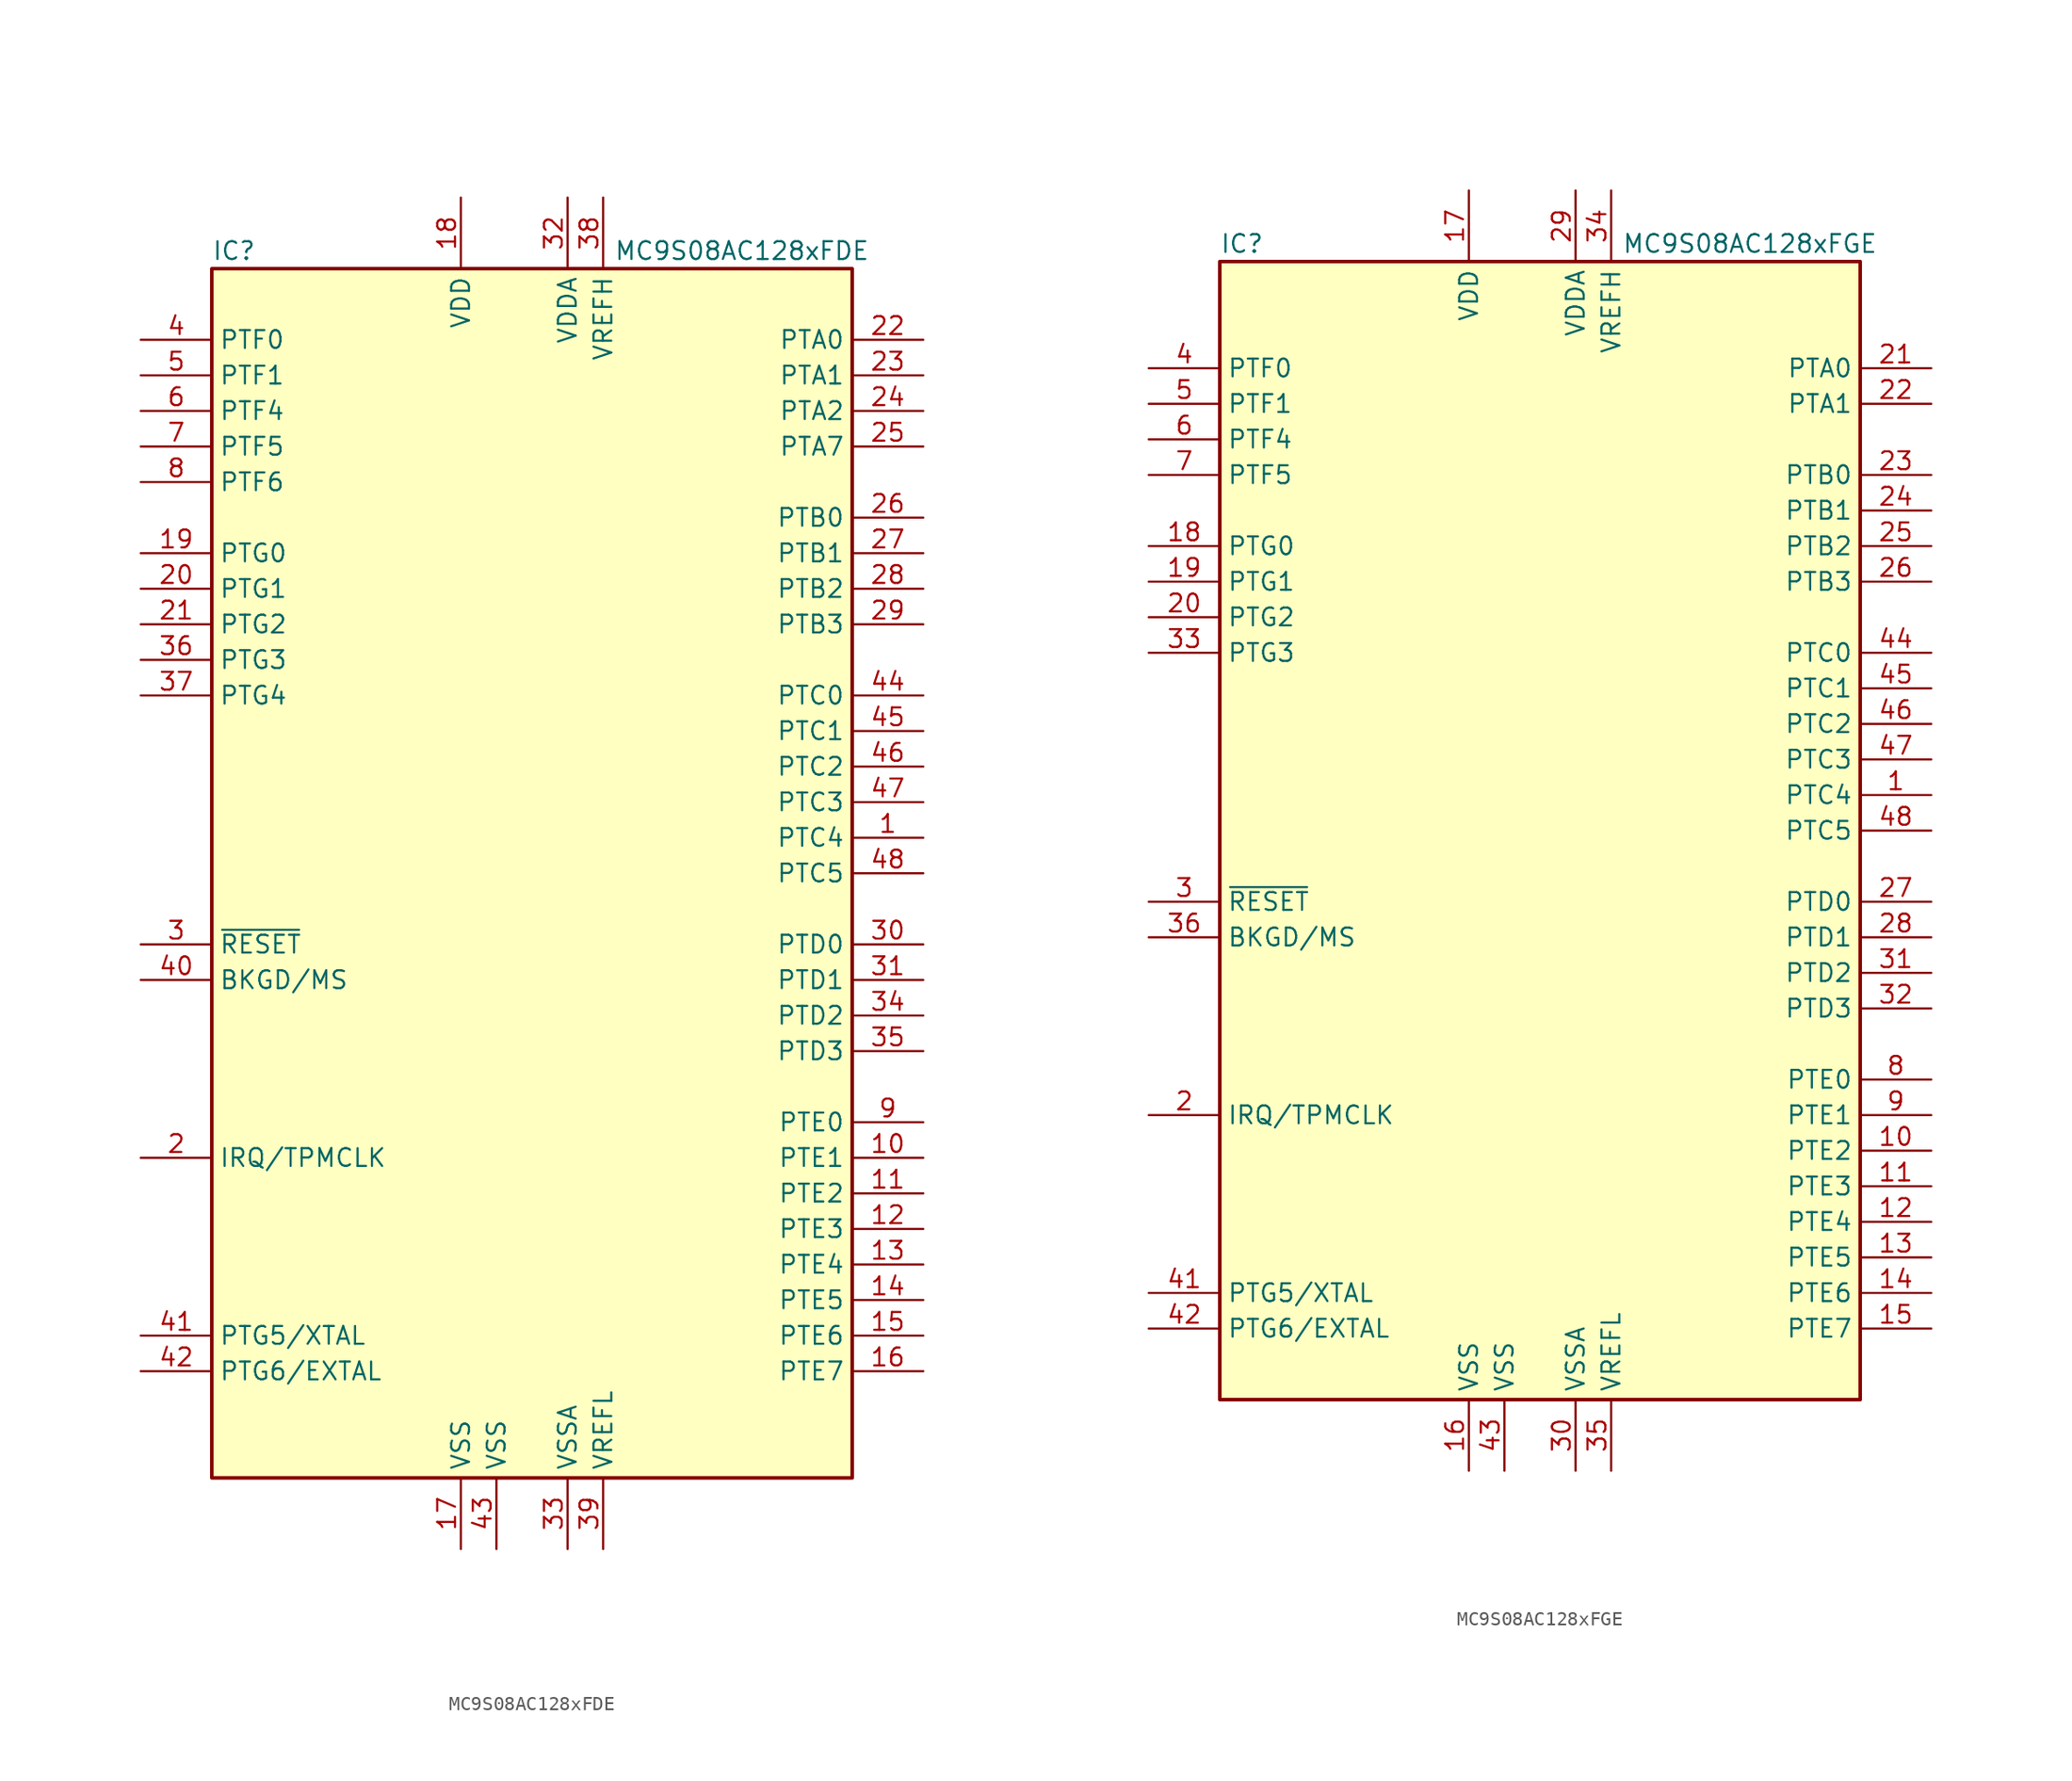
<source format=kicad_sym>
(kicad_symbol_lib
  (version 20211014)
  (generator kicad_symbol_editor)
  (symbol "MC9S08AC128xFDE"
    (property "Reference" "IC"
      (at -22.86 44.45 0)
      (effects (font (size 1.27 1.27)) (justify left)))
    (property "Value" "MC9S08AC128xFDE"
      (at 24.13 44.45 0)
      (effects (font (size 1.27 1.27)) (justify right)))
    (symbol "MC9S08AC128xFDE_0_1"
      (rectangle (start -22.86 43.18) (end 22.86 -43.18) (stroke (width 0.254) (type default) (color 0 0 0 0)) (fill (type background))))
    (symbol "MC9S08AC128xFDE_1_1"
      (pin bidirectional line (at 27.94 2.54 180) (length 5.08) (name "PTC4" (effects (font (size 1.27 1.27)))) (number "1" (effects (font (size 1.27 1.27)))))
      (pin bidirectional line (at 27.94 -20.32 180) (length 5.08) (name "PTE1" (effects (font (size 1.27 1.27)))) (number "10" (effects (font (size 1.27 1.27)))))
      (pin bidirectional line (at 27.94 -22.86 180) (length 5.08) (name "PTE2" (effects (font (size 1.27 1.27)))) (number "11" (effects (font (size 1.27 1.27)))))
      (pin bidirectional line (at 27.94 -25.4 180) (length 5.08) (name "PTE3" (effects (font (size 1.27 1.27)))) (number "12" (effects (font (size 1.27 1.27)))))
      (pin bidirectional line (at 27.94 -27.94 180) (length 5.08) (name "PTE4" (effects (font (size 1.27 1.27)))) (number "13" (effects (font (size 1.27 1.27)))))
      (pin bidirectional line (at 27.94 -30.48 180) (length 5.08) (name "PTE5" (effects (font (size 1.27 1.27)))) (number "14" (effects (font (size 1.27 1.27)))))
      (pin bidirectional line (at 27.94 -33.02 180) (length 5.08) (name "PTE6" (effects (font (size 1.27 1.27)))) (number "15" (effects (font (size 1.27 1.27)))))
      (pin bidirectional line (at 27.94 -35.56 180) (length 5.08) (name "PTE7" (effects (font (size 1.27 1.27)))) (number "16" (effects (font (size 1.27 1.27)))))
      (pin power_in line (at -5.08 -48.26 90) (length 5.08) (name "VSS" (effects (font (size 1.27 1.27)))) (number "17" (effects (font (size 1.27 1.27)))))
      (pin power_in line (at -5.08 48.26 270) (length 5.08) (name "VDD" (effects (font (size 1.27 1.27)))) (number "18" (effects (font (size 1.27 1.27)))))
      (pin bidirectional line (at -27.94 22.86 0) (length 5.08) (name "PTG0" (effects (font (size 1.27 1.27)))) (number "19" (effects (font (size 1.27 1.27)))))
      (pin input line (at -27.94 -20.32 0) (length 5.08) (name "IRQ/TPMCLK" (effects (font (size 1.27 1.27)))) (number "2" (effects (font (size 1.27 1.27)))))
      (pin bidirectional line (at -27.94 20.32 0) (length 5.08) (name "PTG1" (effects (font (size 1.27 1.27)))) (number "20" (effects (font (size 1.27 1.27)))))
      (pin bidirectional line (at -27.94 17.78 0) (length 5.08) (name "PTG2" (effects (font (size 1.27 1.27)))) (number "21" (effects (font (size 1.27 1.27)))))
      (pin bidirectional line (at 27.94 38.1 180) (length 5.08) (name "PTA0" (effects (font (size 1.27 1.27)))) (number "22" (effects (font (size 1.27 1.27)))))
      (pin bidirectional line (at 27.94 35.56 180) (length 5.08) (name "PTA1" (effects (font (size 1.27 1.27)))) (number "23" (effects (font (size 1.27 1.27)))))
      (pin bidirectional line (at 27.94 33.02 180) (length 5.08) (name "PTA2" (effects (font (size 1.27 1.27)))) (number "24" (effects (font (size 1.27 1.27)))))
      (pin bidirectional line (at 27.94 30.48 180) (length 5.08) (name "PTA7" (effects (font (size 1.27 1.27)))) (number "25" (effects (font (size 1.27 1.27)))))
      (pin bidirectional line (at 27.94 25.4 180) (length 5.08) (name "PTB0" (effects (font (size 1.27 1.27)))) (number "26" (effects (font (size 1.27 1.27)))))
      (pin bidirectional line (at 27.94 22.86 180) (length 5.08) (name "PTB1" (effects (font (size 1.27 1.27)))) (number "27" (effects (font (size 1.27 1.27)))))
      (pin bidirectional line (at 27.94 20.32 180) (length 5.08) (name "PTB2" (effects (font (size 1.27 1.27)))) (number "28" (effects (font (size 1.27 1.27)))))
      (pin bidirectional line (at 27.94 17.78 180) (length 5.08) (name "PTB3" (effects (font (size 1.27 1.27)))) (number "29" (effects (font (size 1.27 1.27)))))
      (pin input line (at -27.94 -5.08 0) (length 5.08) (name "~{RESET}" (effects (font (size 1.27 1.27)))) (number "3" (effects (font (size 1.27 1.27)))))
      (pin bidirectional line (at 27.94 -5.08 180) (length 5.08) (name "PTD0" (effects (font (size 1.27 1.27)))) (number "30" (effects (font (size 1.27 1.27)))))
      (pin bidirectional line (at 27.94 -7.62 180) (length 5.08) (name "PTD1" (effects (font (size 1.27 1.27)))) (number "31" (effects (font (size 1.27 1.27)))))
      (pin power_in line (at 2.54 48.26 270) (length 5.08) (name "VDDA" (effects (font (size 1.27 1.27)))) (number "32" (effects (font (size 1.27 1.27)))))
      (pin power_in line (at 2.54 -48.26 90) (length 5.08) (name "VSSA" (effects (font (size 1.27 1.27)))) (number "33" (effects (font (size 1.27 1.27)))))
      (pin bidirectional line (at 27.94 -10.16 180) (length 5.08) (name "PTD2" (effects (font (size 1.27 1.27)))) (number "34" (effects (font (size 1.27 1.27)))))
      (pin bidirectional line (at 27.94 -12.7 180) (length 5.08) (name "PTD3" (effects (font (size 1.27 1.27)))) (number "35" (effects (font (size 1.27 1.27)))))
      (pin bidirectional line (at -27.94 15.24 0) (length 5.08) (name "PTG3" (effects (font (size 1.27 1.27)))) (number "36" (effects (font (size 1.27 1.27)))))
      (pin bidirectional line (at -27.94 12.7 0) (length 5.08) (name "PTG4" (effects (font (size 1.27 1.27)))) (number "37" (effects (font (size 1.27 1.27)))))
      (pin power_in line (at 5.08 48.26 270) (length 5.08) (name "VREFH" (effects (font (size 1.27 1.27)))) (number "38" (effects (font (size 1.27 1.27)))))
      (pin power_in line (at 5.08 -48.26 90) (length 5.08) (name "VREFL" (effects (font (size 1.27 1.27)))) (number "39" (effects (font (size 1.27 1.27)))))
      (pin bidirectional line (at -27.94 38.1 0) (length 5.08) (name "PTF0" (effects (font (size 1.27 1.27)))) (number "4" (effects (font (size 1.27 1.27)))))
      (pin bidirectional line (at -27.94 -7.62 0) (length 5.08) (name "BKGD/MS" (effects (font (size 1.27 1.27)))) (number "40" (effects (font (size 1.27 1.27)))))
      (pin bidirectional line (at -27.94 -33.02 0) (length 5.08) (name "PTG5/XTAL" (effects (font (size 1.27 1.27)))) (number "41" (effects (font (size 1.27 1.27)))))
      (pin bidirectional line (at -27.94 -35.56 0) (length 5.08) (name "PTG6/EXTAL" (effects (font (size 1.27 1.27)))) (number "42" (effects (font (size 1.27 1.27)))))
      (pin power_in line (at -2.54 -48.26 90) (length 5.08) (name "VSS" (effects (font (size 1.27 1.27)))) (number "43" (effects (font (size 1.27 1.27)))))
      (pin bidirectional line (at 27.94 12.7 180) (length 5.08) (name "PTC0" (effects (font (size 1.27 1.27)))) (number "44" (effects (font (size 1.27 1.27)))))
      (pin bidirectional line (at 27.94 10.16 180) (length 5.08) (name "PTC1" (effects (font (size 1.27 1.27)))) (number "45" (effects (font (size 1.27 1.27)))))
      (pin bidirectional line (at 27.94 7.62 180) (length 5.08) (name "PTC2" (effects (font (size 1.27 1.27)))) (number "46" (effects (font (size 1.27 1.27)))))
      (pin bidirectional line (at 27.94 5.08 180) (length 5.08) (name "PTC3" (effects (font (size 1.27 1.27)))) (number "47" (effects (font (size 1.27 1.27)))))
      (pin bidirectional line (at 27.94 0 180) (length 5.08) (name "PTC5" (effects (font (size 1.27 1.27)))) (number "48" (effects (font (size 1.27 1.27)))))
      (pin bidirectional line (at -27.94 35.56 0) (length 5.08) (name "PTF1" (effects (font (size 1.27 1.27)))) (number "5" (effects (font (size 1.27 1.27)))))
      (pin bidirectional line (at -27.94 33.02 0) (length 5.08) (name "PTF4" (effects (font (size 1.27 1.27)))) (number "6" (effects (font (size 1.27 1.27)))))
      (pin bidirectional line (at -27.94 30.48 0) (length 5.08) (name "PTF5" (effects (font (size 1.27 1.27)))) (number "7" (effects (font (size 1.27 1.27)))))
      (pin bidirectional line (at -27.94 27.94 0) (length 5.08) (name "PTF6" (effects (font (size 1.27 1.27)))) (number "8" (effects (font (size 1.27 1.27)))))
      (pin bidirectional line (at 27.94 -17.78 180) (length 5.08) (name "PTE0" (effects (font (size 1.27 1.27)))) (number "9" (effects (font (size 1.27 1.27)))))))
  (symbol "MC9S08AC128xFGE"
    (property "Reference" "IC"
      (at -22.86 41.91 0)
      (effects (font (size 1.27 1.27)) (justify left)))
    (property "Value" "MC9S08AC128xFGE"
      (at 24.13 41.91 0)
      (effects (font (size 1.27 1.27)) (justify right)))
    (symbol "MC9S08AC128xFGE_0_1"
      (rectangle (start -22.86 40.64) (end 22.86 -40.64) (stroke (width 0.254) (type default) (color 0 0 0 0)) (fill (type background))))
    (symbol "MC9S08AC128xFGE_1_1"
      (pin bidirectional line (at 27.94 2.54 180) (length 5.08) (name "PTC4" (effects (font (size 1.27 1.27)))) (number "1" (effects (font (size 1.27 1.27)))))
      (pin bidirectional line (at 27.94 -22.86 180) (length 5.08) (name "PTE2" (effects (font (size 1.27 1.27)))) (number "10" (effects (font (size 1.27 1.27)))))
      (pin bidirectional line (at 27.94 -25.4 180) (length 5.08) (name "PTE3" (effects (font (size 1.27 1.27)))) (number "11" (effects (font (size 1.27 1.27)))))
      (pin bidirectional line (at 27.94 -27.94 180) (length 5.08) (name "PTE4" (effects (font (size 1.27 1.27)))) (number "12" (effects (font (size 1.27 1.27)))))
      (pin bidirectional line (at 27.94 -30.48 180) (length 5.08) (name "PTE5" (effects (font (size 1.27 1.27)))) (number "13" (effects (font (size 1.27 1.27)))))
      (pin bidirectional line (at 27.94 -33.02 180) (length 5.08) (name "PTE6" (effects (font (size 1.27 1.27)))) (number "14" (effects (font (size 1.27 1.27)))))
      (pin bidirectional line (at 27.94 -35.56 180) (length 5.08) (name "PTE7" (effects (font (size 1.27 1.27)))) (number "15" (effects (font (size 1.27 1.27)))))
      (pin power_in line (at -5.08 -45.72 90) (length 5.08) (name "VSS" (effects (font (size 1.27 1.27)))) (number "16" (effects (font (size 1.27 1.27)))))
      (pin power_in line (at -5.08 45.72 270) (length 5.08) (name "VDD" (effects (font (size 1.27 1.27)))) (number "17" (effects (font (size 1.27 1.27)))))
      (pin bidirectional line (at -27.94 20.32 0) (length 5.08) (name "PTG0" (effects (font (size 1.27 1.27)))) (number "18" (effects (font (size 1.27 1.27)))))
      (pin bidirectional line (at -27.94 17.78 0) (length 5.08) (name "PTG1" (effects (font (size 1.27 1.27)))) (number "19" (effects (font (size 1.27 1.27)))))
      (pin input line (at -27.94 -20.32 0) (length 5.08) (name "IRQ/TPMCLK" (effects (font (size 1.27 1.27)))) (number "2" (effects (font (size 1.27 1.27)))))
      (pin bidirectional line (at -27.94 15.24 0) (length 5.08) (name "PTG2" (effects (font (size 1.27 1.27)))) (number "20" (effects (font (size 1.27 1.27)))))
      (pin bidirectional line (at 27.94 33.02 180) (length 5.08) (name "PTA0" (effects (font (size 1.27 1.27)))) (number "21" (effects (font (size 1.27 1.27)))))
      (pin bidirectional line (at 27.94 30.48 180) (length 5.08) (name "PTA1" (effects (font (size 1.27 1.27)))) (number "22" (effects (font (size 1.27 1.27)))))
      (pin bidirectional line (at 27.94 25.4 180) (length 5.08) (name "PTB0" (effects (font (size 1.27 1.27)))) (number "23" (effects (font (size 1.27 1.27)))))
      (pin bidirectional line (at 27.94 22.86 180) (length 5.08) (name "PTB1" (effects (font (size 1.27 1.27)))) (number "24" (effects (font (size 1.27 1.27)))))
      (pin bidirectional line (at 27.94 20.32 180) (length 5.08) (name "PTB2" (effects (font (size 1.27 1.27)))) (number "25" (effects (font (size 1.27 1.27)))))
      (pin bidirectional line (at 27.94 17.78 180) (length 5.08) (name "PTB3" (effects (font (size 1.27 1.27)))) (number "26" (effects (font (size 1.27 1.27)))))
      (pin bidirectional line (at 27.94 -5.08 180) (length 5.08) (name "PTD0" (effects (font (size 1.27 1.27)))) (number "27" (effects (font (size 1.27 1.27)))))
      (pin bidirectional line (at 27.94 -7.62 180) (length 5.08) (name "PTD1" (effects (font (size 1.27 1.27)))) (number "28" (effects (font (size 1.27 1.27)))))
      (pin power_in line (at 2.54 45.72 270) (length 5.08) (name "VDDA" (effects (font (size 1.27 1.27)))) (number "29" (effects (font (size 1.27 1.27)))))
      (pin input line (at -27.94 -5.08 0) (length 5.08) (name "~{RESET}" (effects (font (size 1.27 1.27)))) (number "3" (effects (font (size 1.27 1.27)))))
      (pin power_in line (at 2.54 -45.72 90) (length 5.08) (name "VSSA" (effects (font (size 1.27 1.27)))) (number "30" (effects (font (size 1.27 1.27)))))
      (pin bidirectional line (at 27.94 -10.16 180) (length 5.08) (name "PTD2" (effects (font (size 1.27 1.27)))) (number "31" (effects (font (size 1.27 1.27)))))
      (pin bidirectional line (at 27.94 -12.7 180) (length 5.08) (name "PTD3" (effects (font (size 1.27 1.27)))) (number "32" (effects (font (size 1.27 1.27)))))
      (pin bidirectional line (at -27.94 12.7 0) (length 5.08) (name "PTG3" (effects (font (size 1.27 1.27)))) (number "33" (effects (font (size 1.27 1.27)))))
      (pin power_in line (at 5.08 45.72 270) (length 5.08) (name "VREFH" (effects (font (size 1.27 1.27)))) (number "34" (effects (font (size 1.27 1.27)))))
      (pin power_in line (at 5.08 -45.72 90) (length 5.08) (name "VREFL" (effects (font (size 1.27 1.27)))) (number "35" (effects (font (size 1.27 1.27)))))
      (pin bidirectional line (at -27.94 -7.62 0) (length 5.08) (name "BKGD/MS" (effects (font (size 1.27 1.27)))) (number "36" (effects (font (size 1.27 1.27)))))
      (pin bidirectional line (at -27.94 33.02 0) (length 5.08) (name "PTF0" (effects (font (size 1.27 1.27)))) (number "4" (effects (font (size 1.27 1.27)))))
      (pin bidirectional line (at -27.94 -33.02 0) (length 5.08) (name "PTG5/XTAL" (effects (font (size 1.27 1.27)))) (number "41" (effects (font (size 1.27 1.27)))))
      (pin bidirectional line (at -27.94 -35.56 0) (length 5.08) (name "PTG6/EXTAL" (effects (font (size 1.27 1.27)))) (number "42" (effects (font (size 1.27 1.27)))))
      (pin power_in line (at -2.54 -45.72 90) (length 5.08) (name "VSS" (effects (font (size 1.27 1.27)))) (number "43" (effects (font (size 1.27 1.27)))))
      (pin bidirectional line (at 27.94 12.7 180) (length 5.08) (name "PTC0" (effects (font (size 1.27 1.27)))) (number "44" (effects (font (size 1.27 1.27)))))
      (pin bidirectional line (at 27.94 10.16 180) (length 5.08) (name "PTC1" (effects (font (size 1.27 1.27)))) (number "45" (effects (font (size 1.27 1.27)))))
      (pin bidirectional line (at 27.94 7.62 180) (length 5.08) (name "PTC2" (effects (font (size 1.27 1.27)))) (number "46" (effects (font (size 1.27 1.27)))))
      (pin bidirectional line (at 27.94 5.08 180) (length 5.08) (name "PTC3" (effects (font (size 1.27 1.27)))) (number "47" (effects (font (size 1.27 1.27)))))
      (pin bidirectional line (at 27.94 0 180) (length 5.08) (name "PTC5" (effects (font (size 1.27 1.27)))) (number "48" (effects (font (size 1.27 1.27)))))
      (pin bidirectional line (at -27.94 30.48 0) (length 5.08) (name "PTF1" (effects (font (size 1.27 1.27)))) (number "5" (effects (font (size 1.27 1.27)))))
      (pin bidirectional line (at -27.94 27.94 0) (length 5.08) (name "PTF4" (effects (font (size 1.27 1.27)))) (number "6" (effects (font (size 1.27 1.27)))))
      (pin bidirectional line (at -27.94 25.4 0) (length 5.08) (name "PTF5" (effects (font (size 1.27 1.27)))) (number "7" (effects (font (size 1.27 1.27)))))
      (pin bidirectional line (at 27.94 -17.78 180) (length 5.08) (name "PTE0" (effects (font (size 1.27 1.27)))) (number "8" (effects (font (size 1.27 1.27)))))
      (pin bidirectional line (at 27.94 -20.32 180) (length 5.08) (name "PTE1" (effects (font (size 1.27 1.27)))) (number "9" (effects (font (size 1.27 1.27))))))))
</source>
